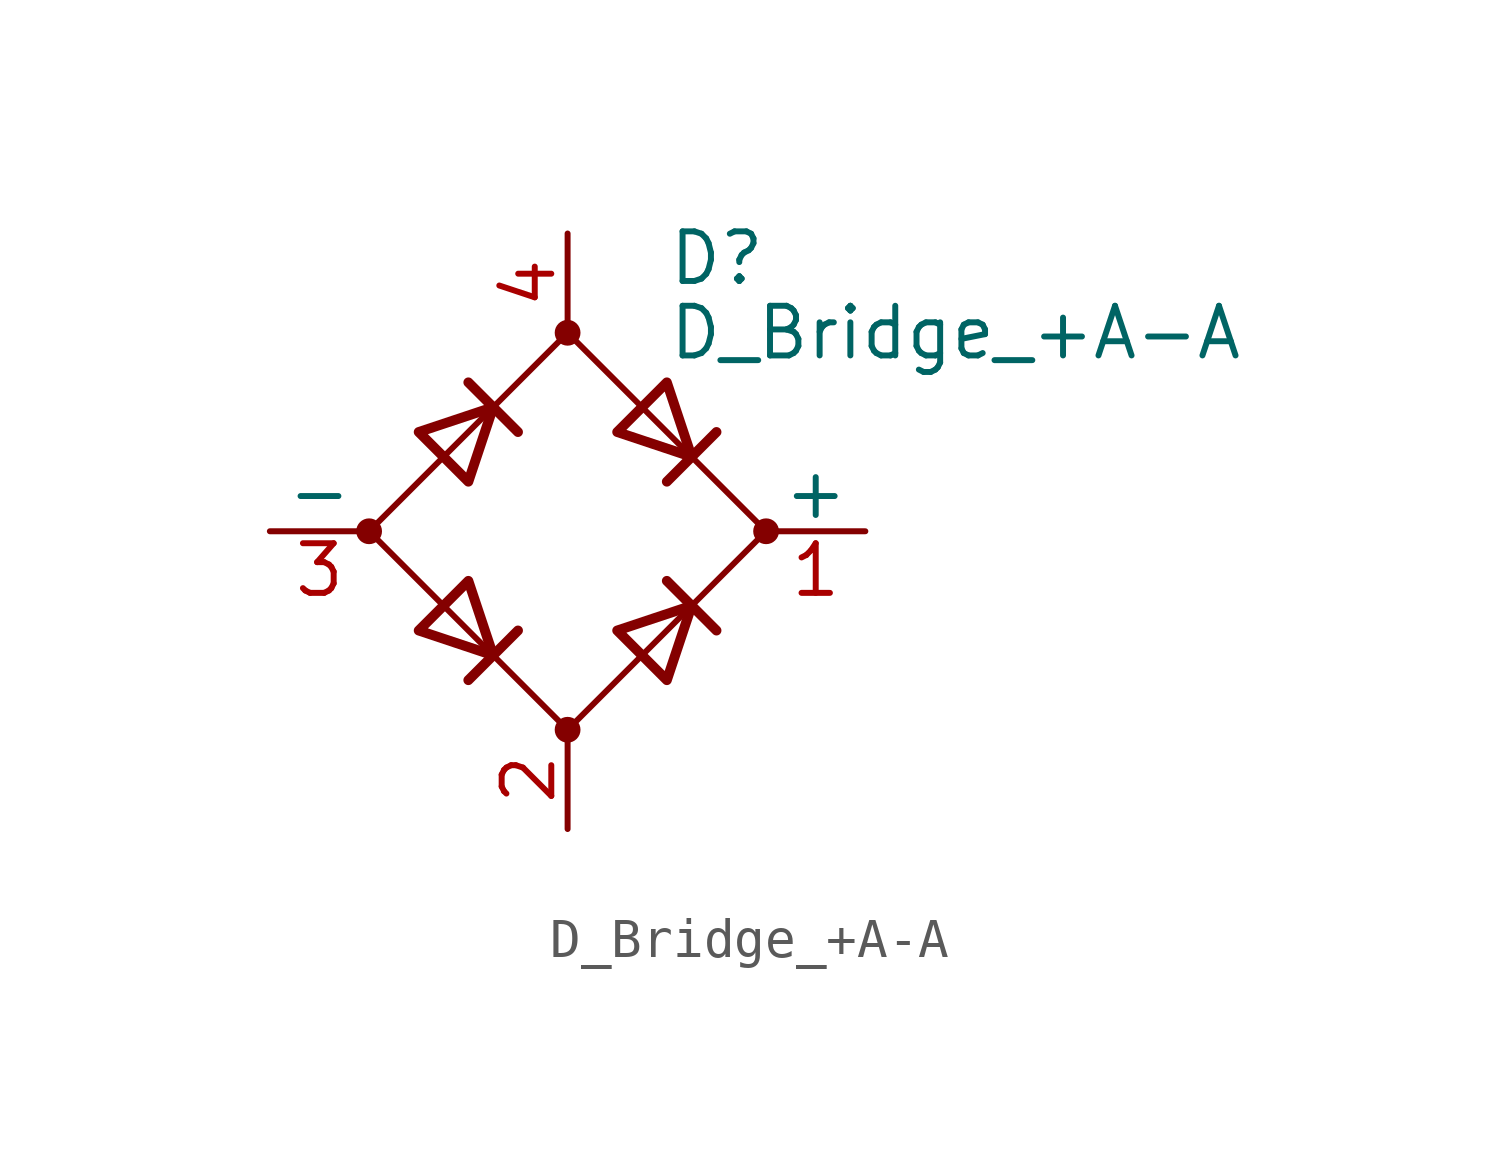
<source format=kicad_sym>
(kicad_symbol_lib
  (version 20211014)
  (generator kicad_symbol_editor)
  (symbol "D_Bridge_+A-A"
    (pin_names
      (offset 0))
    (property "Reference" "D"
      (at 2.54 6.985 0)
      (effects (font (size 1.27 1.27)) (justify left)))
    (property "Value" "D_Bridge_+A-A"
      (at 2.54 5.08 0)
      (effects (font (size 1.27 1.27)) (justify left)))
    (symbol "D_Bridge_+A-A_0_1"
      (circle (center -5.08 0) (radius 0.254) (stroke (width 0) (type default) (color 0 0 0 0)) (fill (type outline)))
      (circle (center 0 -5.08) (radius 0.254) (stroke (width 0) (type default) (color 0 0 0 0)) (fill (type outline)))
      (polyline (pts (xy -2.54 3.81) (xy -1.27 2.54)) (stroke (width 0.254) (type default) (color 0 0 0 0)) (fill (type none)))
      (polyline (pts (xy -1.27 -2.54) (xy -2.54 -3.81)) (stroke (width 0.254) (type default) (color 0 0 0 0)) (fill (type none)))
      (polyline (pts (xy 2.54 -1.27) (xy 3.81 -2.54)) (stroke (width 0.254) (type default) (color 0 0 0 0)) (fill (type none)))
      (polyline (pts (xy 2.54 1.27) (xy 3.81 2.54)) (stroke (width 0.254) (type default) (color 0 0 0 0)) (fill (type none)))
      (polyline (pts (xy -3.81 2.54) (xy -2.54 1.27) (xy -1.905 3.175) (xy -3.81 2.54)) (stroke (width 0.254) (type default) (color 0 0 0 0)) (fill (type none)))
      (polyline (pts (xy -2.54 -1.27) (xy -3.81 -2.54) (xy -1.905 -3.175) (xy -2.54 -1.27)) (stroke (width 0.254) (type default) (color 0 0 0 0)) (fill (type none)))
      (polyline (pts (xy 1.27 2.54) (xy 2.54 3.81) (xy 3.175 1.905) (xy 1.27 2.54)) (stroke (width 0.254) (type default) (color 0 0 0 0)) (fill (type none)))
      (polyline (pts (xy 3.175 -1.905) (xy 1.27 -2.54) (xy 2.54 -3.81) (xy 3.175 -1.905)) (stroke (width 0.254) (type default) (color 0 0 0 0)) (fill (type none)))
      (polyline (pts (xy -5.08 0) (xy 0 -5.08) (xy 5.08 0) (xy 0 5.08) (xy -5.08 0)) (stroke (width 0) (type default) (color 0 0 0 0)) (fill (type none)))
      (circle (center 0 5.08) (radius 0.254) (stroke (width 0) (type default) (color 0 0 0 0)) (fill (type outline)))
      (circle (center 5.08 0) (radius 0.254) (stroke (width 0) (type default) (color 0 0 0 0)) (fill (type outline))))
    (symbol "D_Bridge_+A-A_1_1"
      (pin passive line (at 7.62 0 180) (length 2.54) (name "+" (effects (font (size 1.27 1.27)))) (number "1" (effects (font (size 1.27 1.27)))))
      (pin passive line (at 0 -7.62 90) (length 2.54) (name "~" (effects (font (size 1.27 1.27)))) (number "2" (effects (font (size 1.27 1.27)))))
      (pin passive line (at -7.62 0 0) (length 2.54) (name "-" (effects (font (size 1.27 1.27)))) (number "3" (effects (font (size 1.27 1.27)))))
      (pin passive line (at 0 7.62 270) (length 2.54) (name "~" (effects (font (size 1.27 1.27)))) (number "4" (effects (font (size 1.27 1.27))))))))
</source>
